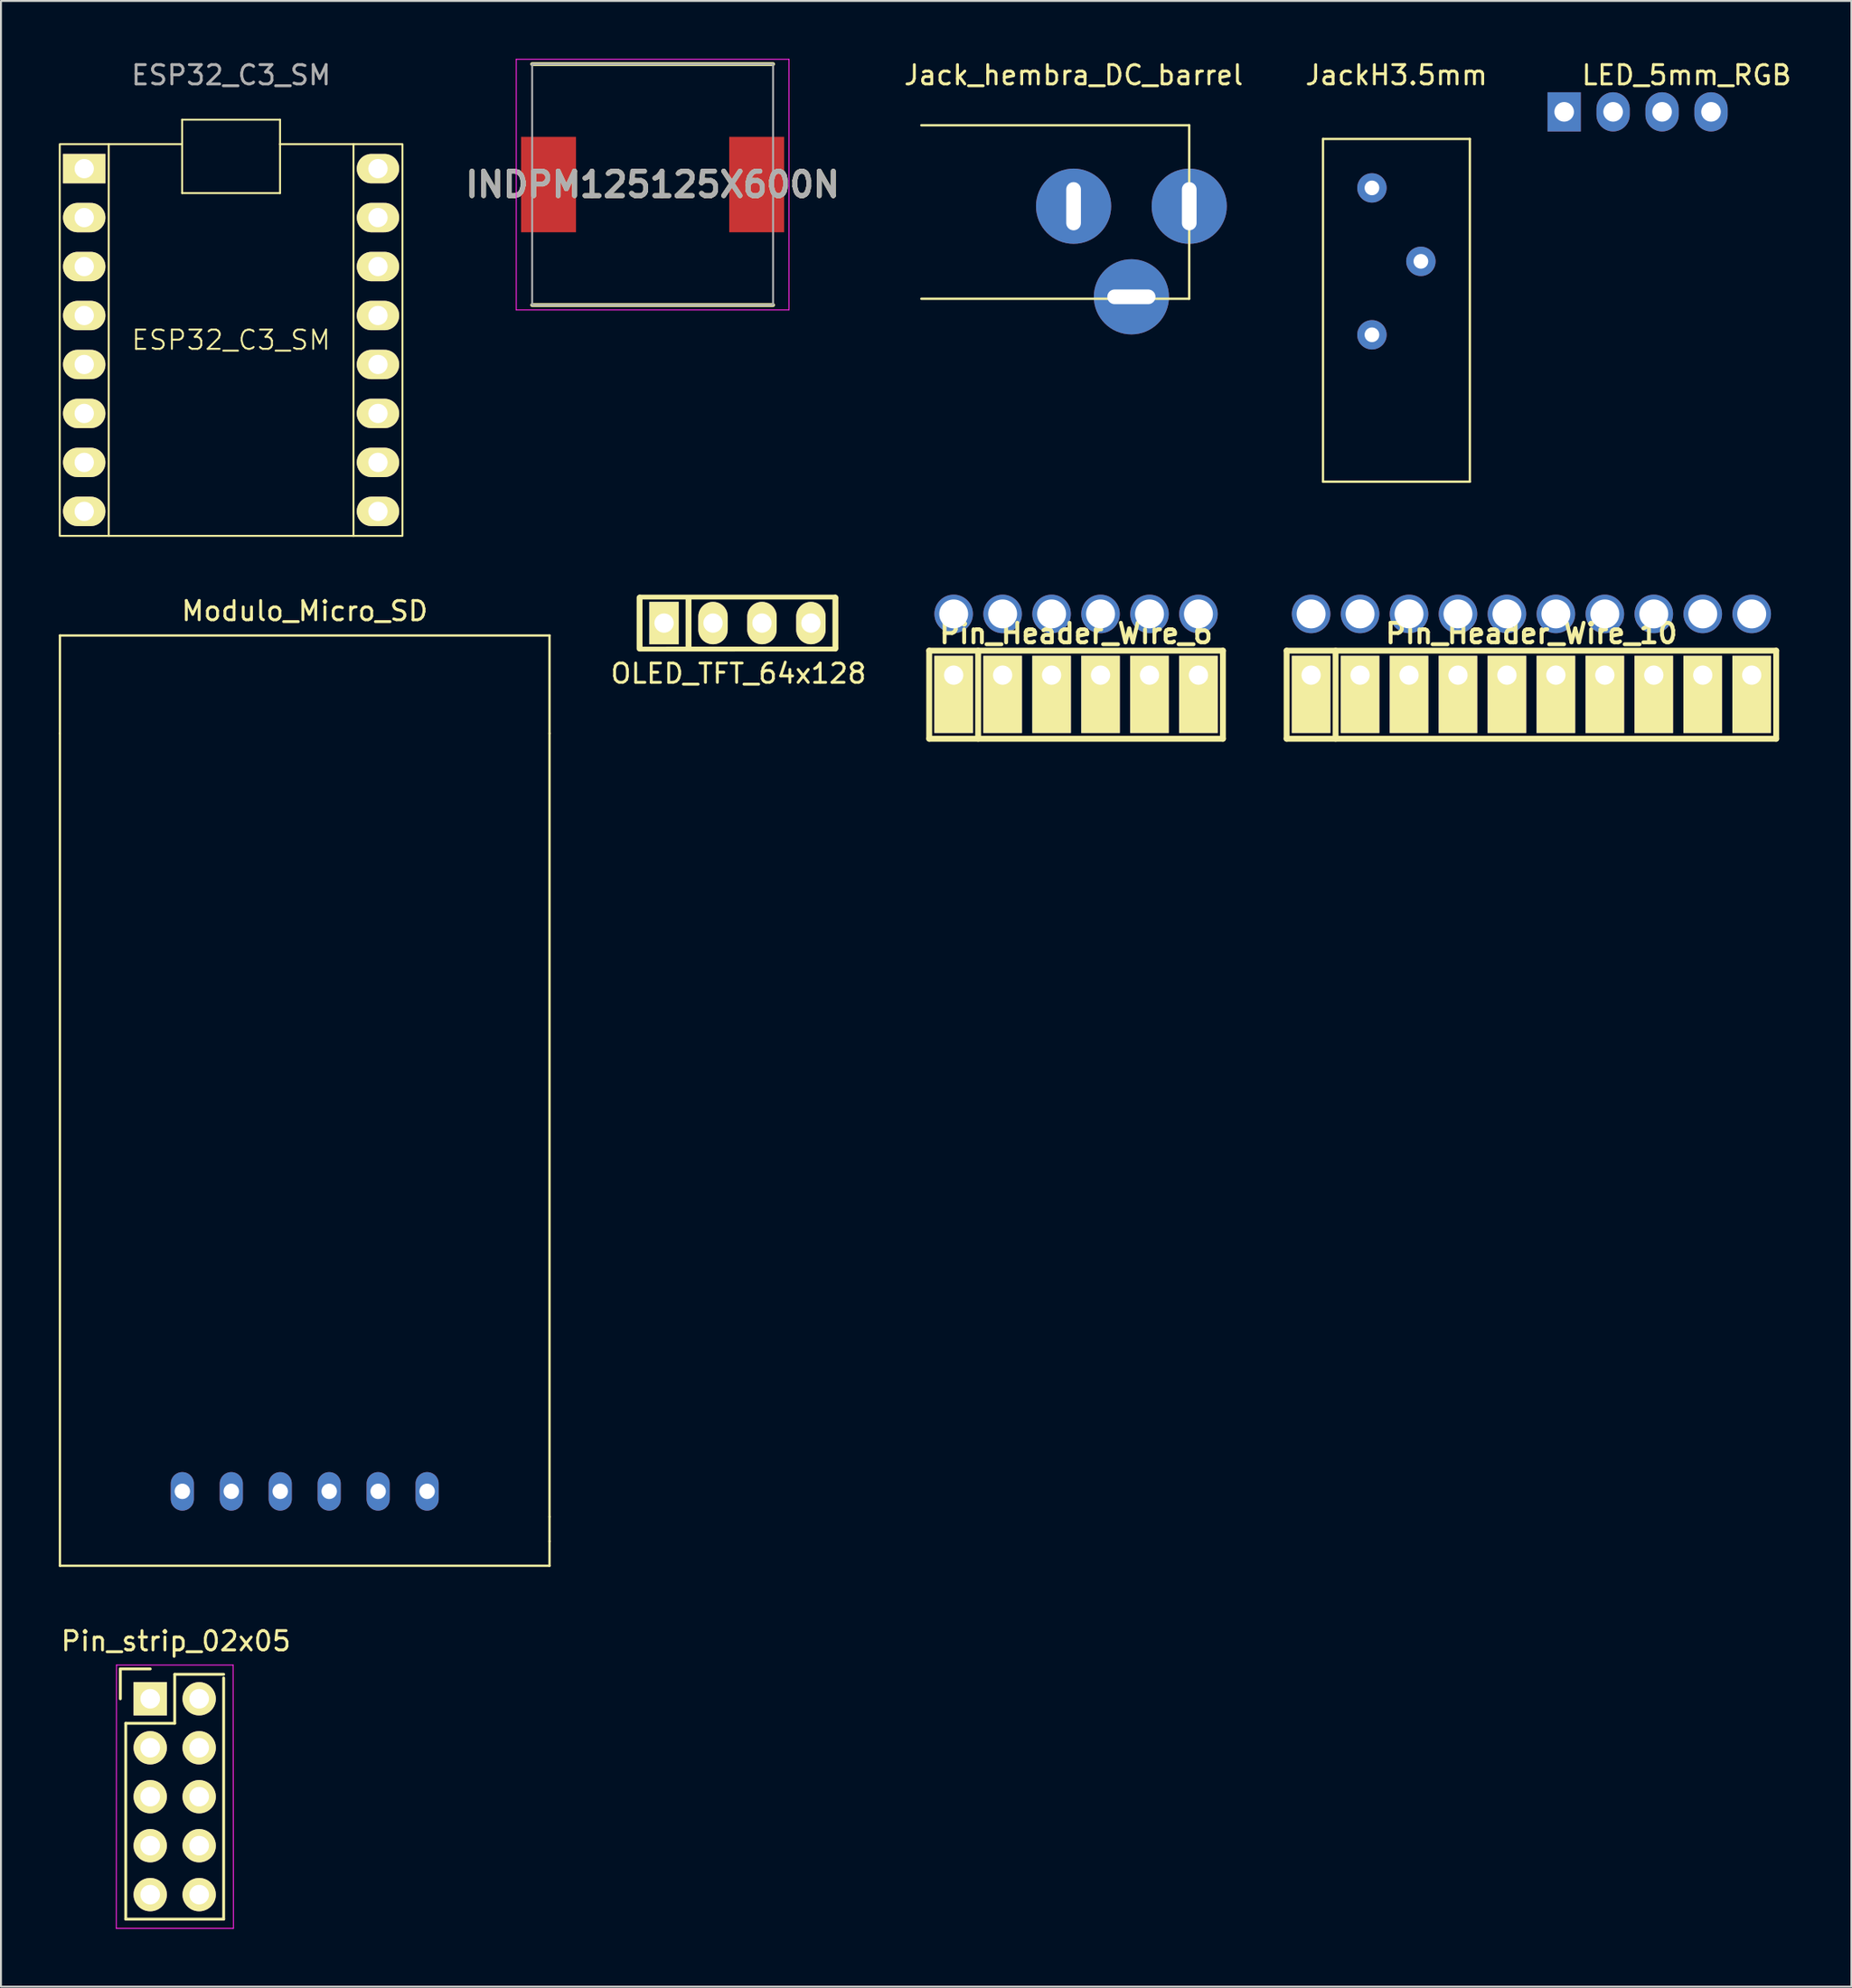
<source format=kicad_pcb>
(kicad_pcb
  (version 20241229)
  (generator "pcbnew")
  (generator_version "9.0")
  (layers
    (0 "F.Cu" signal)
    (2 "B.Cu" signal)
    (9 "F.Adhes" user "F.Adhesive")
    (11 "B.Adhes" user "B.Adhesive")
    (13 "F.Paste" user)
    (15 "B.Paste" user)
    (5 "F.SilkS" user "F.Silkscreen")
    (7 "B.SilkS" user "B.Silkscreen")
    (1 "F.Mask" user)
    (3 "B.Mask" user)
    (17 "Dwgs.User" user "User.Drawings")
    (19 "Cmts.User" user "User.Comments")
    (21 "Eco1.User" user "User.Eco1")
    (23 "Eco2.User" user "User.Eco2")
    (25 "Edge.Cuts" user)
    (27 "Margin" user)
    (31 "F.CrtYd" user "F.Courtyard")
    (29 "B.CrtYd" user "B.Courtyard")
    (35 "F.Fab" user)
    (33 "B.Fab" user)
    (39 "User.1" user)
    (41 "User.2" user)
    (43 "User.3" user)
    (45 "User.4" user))
  (footprint "Pin_strip_02x05"
    (layer "F.Cu")
    (at 6.014 90.221)
    (property "Reference" "Pin_strip_02x05" (at 0.064 -8.136 0) (layer "F.SilkS") (effects (font (size 1 1) (thickness 0.15))))
    (attr through_hole)
    (fp_line (start -2.82 -6.694) (end -2.82 -5.144) (stroke (width 0.15) (type solid)) (layer "F.SilkS"))
    (fp_line (start -2.54 -3.873) (end -2.54 6.287) (stroke (width 0.15) (type solid)) (layer "F.SilkS"))
    (fp_line (start -2.54 6.287) (end 2.54 6.287) (stroke (width 0.15) (type solid)) (layer "F.SilkS"))
    (fp_line (start -1.27 -6.694) (end -2.82 -6.694) (stroke (width 0.15) (type solid)) (layer "F.SilkS"))
    (fp_line (start 0 -6.413) (end 0 -3.873) (stroke (width 0.15) (type solid)) (layer "F.SilkS"))
    (fp_line (start 0 -3.873) (end -2.54 -3.873) (stroke (width 0.15) (type solid)) (layer "F.SilkS"))
    (fp_line (start 2.54 -6.413) (end 0 -6.413) (stroke (width 0.15) (type solid)) (layer "F.SilkS"))
    (fp_line (start 2.54 6.287) (end 2.54 -6.223) (stroke (width 0.15) (type solid)) (layer "F.SilkS"))
    (fp_line (start -3.02 -6.894) (end -3.03 6.766) (stroke (width 0.05) (type solid)) (layer "F.CrtYd"))
    (fp_line (start -3.02 -6.894) (end 3.03 -6.894) (stroke (width 0.05) (type solid)) (layer "F.CrtYd"))
    (fp_line (start 3.03 -6.894) (end 3.048 6.766) (stroke (width 0.05) (type solid)) (layer "F.CrtYd"))
    (fp_line (start 3.048 6.766) (end -3.03 6.766) (stroke (width 0.05) (type solid)) (layer "F.CrtYd"))
    (pad "1" thru_hole rect (at -1.27 -5.144) (size 1.727 1.727) (drill 1.016) (layers "*.Cu" "*.Mask" "F.SilkS"))
    (pad "2" thru_hole oval (at 1.27 -5.144) (size 1.727 1.727) (drill 1.016) (layers "*.Cu" "*.Mask" "F.SilkS"))
    (pad "3" thru_hole oval (at -1.27 -2.603) (size 1.727 1.727) (drill 1.016) (layers "*.Cu" "*.Mask" "F.SilkS"))
    (pad "4" thru_hole oval (at 1.27 -2.603) (size 1.727 1.727) (drill 1.016) (layers "*.Cu" "*.Mask" "F.SilkS"))
    (pad "5" thru_hole oval (at -1.27 -0.064) (size 1.727 1.727) (drill 1.016) (layers "*.Cu" "*.Mask" "F.SilkS"))
    (pad "6" thru_hole oval (at 1.27 -0.064) (size 1.727 1.727) (drill 1.016) (layers "*.Cu" "*.Mask" "F.SilkS"))
    (pad "7" thru_hole oval (at -1.27 2.477) (size 1.727 1.727) (drill 1.016) (layers "*.Cu" "*.Mask" "F.SilkS"))
    (pad "8" thru_hole oval (at 1.27 2.477) (size 1.727 1.727) (drill 1.016) (layers "*.Cu" "*.Mask" "F.SilkS"))
    (pad "9" thru_hole oval (at -1.27 5.016) (size 1.727 1.727) (drill 1.016) (layers "*.Cu" "*.Mask" "F.SilkS"))
    (pad "10" thru_hole oval (at 1.27 5.016) (size 1.727 1.727) (drill 1.016) (layers "*.Cu" "*.Mask" "F.SilkS")))
  (footprint "Pin_Header_Wire_6"
    (layer "F.Cu")
    (at 52.78 31.973)
    (property "Reference" "Pin_Header_Wire_6" (at 0 -2.159 0) (layer "F.SilkS") (effects (font (size 1.016 1.016) (thickness 0.203))))
    (attr through_hole)
    (fp_line (start -7.62 -1.27) (end 7.62 -1.27) (stroke (width 0.305) (type solid)) (layer "F.SilkS"))
    (fp_line (start -7.62 3.3) (end -7.62 -1.27) (stroke (width 0.305) (type solid)) (layer "F.SilkS"))
    (fp_line (start -5.08 -1.27) (end -5.08 3.3) (stroke (width 0.305) (type solid)) (layer "F.SilkS"))
    (fp_line (start 7.62 -1.27) (end 7.62 3.3) (stroke (width 0.305) (type solid)) (layer "F.SilkS"))
    (fp_line (start 7.62 3.3) (end -7.62 3.3) (stroke (width 0.305) (type solid)) (layer "F.SilkS"))
    (pad "" thru_hole circle (at -6.35 -3.175) (size 2 2) (drill 1.5) (layers "*.Cu" "*.Mask"))
    (pad "" thru_hole circle (at -3.81 -3.175) (size 2 2) (drill 1.5) (layers "*.Cu" "*.Mask"))
    (pad "" thru_hole circle (at -1.27 -3.175) (size 2 2) (drill 1.5) (layers "*.Cu" "*.Mask"))
    (pad "" thru_hole circle (at 1.27 -3.175) (size 2 2) (drill 1.5) (layers "*.Cu" "*.Mask"))
    (pad "" thru_hole circle (at 3.81 -3.175) (size 2 2) (drill 1.5) (layers "*.Cu" "*.Mask"))
    (pad "" thru_hole circle (at 6.35 -3.175) (size 2 2) (drill 1.5) (layers "*.Cu" "*.Mask"))
    (pad "1" thru_hole rect (at -6.35 0) (size 2 4) (drill 1 (offset 0 1)) (layers "*.Cu" "F.SilkS"))
    (pad "2" thru_hole rect (at -3.81 0) (size 2 4) (drill 1 (offset 0 1)) (layers "*.Cu" "F.SilkS"))
    (pad "3" thru_hole rect (at -1.27 0) (size 2 4) (drill 1 (offset 0 1)) (layers "*.Cu" "F.SilkS"))
    (pad "4" thru_hole rect (at 1.27 0) (size 2 4) (drill 1 (offset 0 1)) (layers "*.Cu" "F.SilkS"))
    (pad "5" thru_hole rect (at 3.81 0) (size 2 4) (drill 1 (offset 0 1)) (layers "*.Cu" "F.SilkS"))
    (pad "6" thru_hole rect (at 6.35 0) (size 2 4) (drill 1 (offset 0 1)) (layers "*.Cu" "F.SilkS")))
  (footprint "Pin_Header_Wire_10"
    (layer "F.Cu")
    (at 76.405 31.973)
    (property "Reference" "Pin_Header_Wire_10" (at 0 -2.159 0) (layer "F.SilkS") (effects (font (size 1.016 1.016) (thickness 0.203))))
    (attr through_hole)
    (fp_line (start -12.7 -1.27) (end -12.7 3.3) (stroke (width 0.305) (type solid)) (layer "F.SilkS"))
    (fp_line (start -12.7 -1.27) (end 12.7 -1.27) (stroke (width 0.305) (type solid)) (layer "F.SilkS"))
    (fp_line (start -10.16 -1.27) (end -10.16 3.3) (stroke (width 0.305) (type solid)) (layer "F.SilkS"))
    (fp_line (start 12.7 -1.27) (end 12.7 3.3) (stroke (width 0.305) (type solid)) (layer "F.SilkS"))
    (fp_line (start 12.7 3.3) (end -12.7 3.3) (stroke (width 0.305) (type solid)) (layer "F.SilkS"))
    (pad "" thru_hole circle (at -11.43 -3.175) (size 2 2) (drill 1.5) (layers "*.Cu" "*.Mask"))
    (pad "" thru_hole circle (at -8.89 -3.175) (size 2 2) (drill 1.5) (layers "*.Cu" "*.Mask"))
    (pad "" thru_hole circle (at -6.35 -3.175) (size 2 2) (drill 1.5) (layers "*.Cu" "*.Mask"))
    (pad "" thru_hole circle (at -3.81 -3.175) (size 2 2) (drill 1.5) (layers "*.Cu" "*.Mask"))
    (pad "" thru_hole circle (at -1.27 -3.175) (size 2 2) (drill 1.5) (layers "*.Cu" "*.Mask"))
    (pad "" thru_hole circle (at 1.27 -3.175) (size 2 2) (drill 1.5) (layers "*.Cu" "*.Mask"))
    (pad "" thru_hole circle (at 3.81 -3.175) (size 2 2) (drill 1.5) (layers "*.Cu" "*.Mask"))
    (pad "" thru_hole circle (at 6.35 -3.175) (size 2 2) (drill 1.5) (layers "*.Cu" "*.Mask"))
    (pad "" thru_hole circle (at 8.89 -3.175) (size 2 2) (drill 1.5) (layers "*.Cu" "*.Mask"))
    (pad "" thru_hole circle (at 11.43 -3.175) (size 2 2) (drill 1.5) (layers "*.Cu" "*.Mask"))
    (pad "1" thru_hole rect (at -11.43 0) (size 2 4) (drill 1 (offset 0 1)) (layers "*.Cu" "F.SilkS"))
    (pad "2" thru_hole rect (at -8.89 0) (size 2 4) (drill 1 (offset 0 1)) (layers "*.Cu" "F.SilkS"))
    (pad "3" thru_hole rect (at -6.35 0) (size 2 4) (drill 1 (offset 0 1)) (layers "*.Cu" "F.SilkS"))
    (pad "4" thru_hole rect (at -3.81 0) (size 2 4) (drill 1 (offset 0 1)) (layers "*.Cu" "F.SilkS"))
    (pad "5" thru_hole rect (at -1.27 0) (size 2 4) (drill 1 (offset 0 1)) (layers "*.Cu" "F.SilkS"))
    (pad "6" thru_hole rect (at 1.27 0) (size 2 4) (drill 1 (offset 0 1)) (layers "*.Cu" "F.SilkS"))
    (pad "7" thru_hole rect (at 3.81 0) (size 2 4) (drill 1 (offset 0 1)) (layers "*.Cu" "F.SilkS"))
    (pad "8" thru_hole rect (at 6.35 0) (size 2 4) (drill 1 (offset 0 1)) (layers "*.Cu" "F.SilkS"))
    (pad "9" thru_hole rect (at 8.89 0) (size 2 4) (drill 1 (offset 0 1)) (layers "*.Cu" "F.SilkS"))
    (pad "10" thru_hole rect (at 11.43 0) (size 2 4) (drill 1 (offset 0 1)) (layers "*.Cu" "F.SilkS")))
  (footprint "Modulo_Micro_SD"
    (layer "F.Cu")
    (at 12.76 70.556)
    (property "Reference" "Modulo_Micro_SD" (at 0 -41.91 180) (layer "F.SilkS") (effects (font (size 1 1) (thickness 0.15))))
    (attr through_hole)
    (fp_line (start -12.7 -40.64) (end 12.7 -40.64) (stroke (width 0.12) (type solid)) (layer "F.SilkS"))
    (fp_line (start -12.7 -35.56) (end -12.7 -40.64) (stroke (width 0.12) (type solid)) (layer "F.SilkS"))
    (fp_line (start -12.7 -35.56) (end -12.7 7.62) (stroke (width 0.12) (type solid)) (layer "F.SilkS"))
    (fp_line (start -12.7 7.62) (end 12.7 7.62) (stroke (width 0.12) (type solid)) (layer "F.SilkS"))
    (fp_line (start 12.7 -40.64) (end 12.7 -35.56) (stroke (width 0.12) (type solid)) (layer "F.SilkS"))
    (fp_line (start 12.7 -35.56) (end 12.7 5.08) (stroke (width 0.12) (type solid)) (layer "F.SilkS"))
    (fp_line (start 12.7 5.08) (end 12.7 6.35) (stroke (width 0.12) (type solid)) (layer "F.SilkS"))
    (fp_line (start 12.7 7.62) (end 12.7 6.35) (stroke (width 0.12) (type solid)) (layer "F.SilkS"))
    (pad "1" thru_hole oval (at -6.35 3.76) (size 1.2 2) (drill 0.8) (layers "*.Cu" "*.Mask"))
    (pad "2" thru_hole oval (at -3.81 3.76) (size 1.2 2) (drill 0.8) (layers "*.Cu" "*.Mask"))
    (pad "3" thru_hole oval (at -1.27 3.76) (size 1.2 2) (drill 0.8) (layers "*.Cu" "*.Mask"))
    (pad "4" thru_hole oval (at 1.27 3.76) (size 1.2 2) (drill 0.8) (layers "*.Cu" "*.Mask"))
    (pad "5" thru_hole oval (at 3.81 3.76) (size 1.2 2) (drill 0.8) (layers "*.Cu" "*.Mask"))
    (pad "6" thru_hole oval (at 6.35 3.76) (size 1.2 2) (drill 0.8) (layers "*.Cu" "*.Mask")))
  (footprint "LED_5mm_RGB"
    (layer "F.Cu")
    (at 81.914 2.753)
    (property "Reference" "LED_5mm_RGB" (at 2.54 -1.905 0) (layer "F.SilkS") (effects (font (size 1 1) (thickness 0.15))))
    (attr through_hole)
    (pad "1" thru_hole rect (at -3.81 0 90) (size 2.032 1.727) (drill 1.016) (layers "*.Cu"))
    (pad "2" thru_hole oval (at -1.27 0 90) (size 2.032 1.727) (drill 1.016) (layers "*.Cu"))
    (pad "3" thru_hole oval (at 1.27 0 90) (size 2.032 1.727) (drill 1.016) (layers "*.Cu"))
    (pad "4" thru_hole oval (at 3.81 0 90) (size 2.032 1.727) (drill 1.016) (layers "*.Cu")))
  (footprint "JackH3.5mm"
    (layer "F.Cu")
    (at 69.401 11.778)
    (property "Reference" "JackH3.5mm" (at 0 -10.93 0) (layer "F.SilkS") (effects (font (size 1 1) (thickness 0.15))))
    (attr through_hole)
    (fp_line (start -3.81 -7.62) (end 3.81 -7.62) (stroke (width 0.12) (type solid)) (layer "F.SilkS"))
    (fp_line (start -3.81 10.16) (end -3.81 -7.62) (stroke (width 0.12) (type solid)) (layer "F.SilkS"))
    (fp_line (start 3.81 -7.62) (end 3.81 10.16) (stroke (width 0.12) (type solid)) (layer "F.SilkS"))
    (fp_line (start 3.81 10.16) (end -3.81 10.16) (stroke (width 0.12) (type solid)) (layer "F.SilkS"))
    (pad "2" thru_hole circle (at -1.27 -5.08) (size 1.524 1.524) (drill 0.762) (layers "*.Cu" "*.Mask"))
    (pad "3" thru_hole circle (at 1.27 -1.27) (size 1.524 1.524) (drill 0.762) (layers "*.Cu" "*.Mask"))
    (pad "4" thru_hole circle (at -1.27 2.54) (size 1.524 1.524) (drill 0.762) (layers "*.Cu" "*.Mask")))
  (footprint "INDPM125125X600N"
    (layer "F.Cu")
    (at 30.81 6.525)
    (property "Reference" "INDPM125125X600N" (at 0 0 0) (layer "F.SilkS") (effects (font (size 1.27 1.27) (thickness 0.254))))
    (attr smd)
    (fp_line (start -6.25 6.25) (end 6.25 6.25) (stroke (width 0.2) (type solid)) (layer "F.SilkS"))
    (fp_line (start 6.25 -6.25) (end -6.25 -6.25) (stroke (width 0.2) (type solid)) (layer "F.SilkS"))
    (fp_line (start -7.075 -6.5) (end 7.075 -6.5) (stroke (width 0.05) (type solid)) (layer "F.CrtYd"))
    (fp_line (start -7.075 6.5) (end -7.075 -6.5) (stroke (width 0.05) (type solid)) (layer "F.CrtYd"))
    (fp_line (start 7.075 -6.5) (end 7.075 6.5) (stroke (width 0.05) (type solid)) (layer "F.CrtYd"))
    (fp_line (start 7.075 6.5) (end -7.075 6.5) (stroke (width 0.05) (type solid)) (layer "F.CrtYd"))
    (fp_line (start -6.25 -6.25) (end 6.25 -6.25) (stroke (width 0.1) (type solid)) (layer "F.Fab"))
    (fp_line (start -6.25 6.25) (end -6.25 -6.25) (stroke (width 0.1) (type solid)) (layer "F.Fab"))
    (fp_line (start 6.25 -6.25) (end 6.25 6.25) (stroke (width 0.1) (type solid)) (layer "F.Fab"))
    (fp_line (start 6.25 6.25) (end -6.25 6.25) (stroke (width 0.1) (type solid)) (layer "F.Fab"))
    (fp_text user "${REFERENCE}" (at 0 0 0) (layer "F.Fab") (effects (font (size 1.27 1.27) (thickness 0.254))))
    (pad "1" smd rect (at -5.4 0) (size 2.85 4.95) (layers "F.Cu" "F.Mask" "F.Paste"))
    (pad "2" smd rect (at 5.4 0) (size 2.85 4.95) (layers "F.Cu" "F.Mask" "F.Paste")))
  (footprint "Jack_hembra_DC_barrel"
    (layer "F.Cu")
    (at 52.651 7.648)
    (property "Reference" "Jack_hembra_DC_barrel" (at 0 -6.8 0) (layer "F.SilkS") (effects (font (size 1 1) (thickness 0.15))))
    (attr through_hole)
    (fp_line (start -7.9 4.8) (end 6 4.8) (stroke (width 0.12) (type solid)) (layer "F.SilkS"))
    (fp_line (start 6 -4.2) (end -7.9 -4.2) (stroke (width 0.12) (type solid)) (layer "F.SilkS"))
    (fp_line (start 6 4.8) (end 6 -4.2) (stroke (width 0.12) (type solid)) (layer "F.SilkS"))
    (pad "1" thru_hole oval (at 6 0 90) (size 3.9 3.9) (drill oval 2.5 0.762) (layers "*.Cu" "*.Mask"))
    (pad "2" thru_hole oval (at 0 0 90) (size 3.9 3.9) (drill oval 2.5 0.762) (layers "*.Cu" "*.Mask"))
    (pad "3" thru_hole oval (at 3 4.7 180) (size 3.9 3.9) (drill oval 2.5 0.762) (layers "*.Cu" "*.Mask")))
  (footprint "OLED_TFT_64x128"
    (layer "F.Cu")
    (at 35.213 29.275)
    (property "Reference" "OLED_TFT_64x128" (at 0.051 2.616 0) (layer "F.SilkS") (effects (font (size 1 1) (thickness 0.15))))
    (attr through_hole)
    (fp_line (start -5.08 -1.402) (end 5.08 -1.402) (stroke (width 0.15) (type solid)) (layer "F.SilkS"))
    (fp_line (start -5.08 1.321) (end -5.08 -1.321) (stroke (width 0.305) (type solid)) (layer "F.SilkS"))
    (fp_line (start -2.54 -1.272) (end -2.54 1.268) (stroke (width 0.305) (type solid)) (layer "F.SilkS"))
    (fp_line (start 5.08 -1.321) (end 5.08 1.321) (stroke (width 0.305) (type solid)) (layer "F.SilkS"))
    (fp_line (start 5.08 1.397) (end -5.06 1.398) (stroke (width 0.15) (type solid)) (layer "F.SilkS"))
    (fp_line (start 5.156 -1.302) (end -4.96 -1.302) (stroke (width 0.15) (type solid)) (layer "F.SilkS"))
    (fp_line (start 5.156 1.295) (end -5.06 1.298) (stroke (width 0.15) (type solid)) (layer "F.SilkS"))
    (pad "1" thru_hole rect (at -3.81 -0.002) (size 1.524 2.2) (drill 1.001) (layers "*.Cu" "*.Mask" "F.SilkS"))
    (pad "2" thru_hole oval (at -1.27 -0.002) (size 1.524 2.2) (drill 1.001) (layers "*.Cu" "*.Mask" "F.SilkS"))
    (pad "3" thru_hole oval (at 1.27 -0.002) (size 1.524 2.2) (drill 1.001) (layers "*.Cu" "*.Mask" "F.SilkS"))
    (pad "4" thru_hole oval (at 3.81 -0.002) (size 1.524 2.2) (drill 1.001) (layers "*.Cu" "*.Mask" "F.SilkS")))
  (footprint "ESP32_C3_SM"
    (layer "F.Cu")
    (at 8.94 14.588)
    (property "Reference" "ESP32_C3_SM" (at 0 0 0) (unlocked yes) (layer "F.SilkS") (effects (font (size 1 1) (thickness 0.1))))
    (attr through_hole)
    (fp_line (start -6.35 -10.16) (end -2.54 -10.16) (stroke (width 0.1) (type default)) (layer "F.SilkS"))
    (fp_line (start -6.35 10.16) (end 6.35 10.16) (stroke (width 0.1) (type default)) (layer "F.SilkS"))
    (fp_line (start -2.54 -10.16) (end -2.54 -11.43) (stroke (width 0.1) (type default)) (layer "F.SilkS"))
    (fp_line (start -2.54 -10.16) (end -2.54 -7.62) (stroke (width 0.1) (type default)) (layer "F.SilkS"))
    (fp_line (start -2.54 -7.62) (end 2.54 -7.62) (stroke (width 0.1) (type default)) (layer "F.SilkS"))
    (fp_line (start 2.54 -11.43) (end -2.54 -11.43) (stroke (width 0.1) (type default)) (layer "F.SilkS"))
    (fp_line (start 2.54 -10.16) (end 2.54 -11.43) (stroke (width 0.1) (type default)) (layer "F.SilkS"))
    (fp_line (start 2.54 -10.16) (end 6.35 -10.16) (stroke (width 0.1) (type default)) (layer "F.SilkS"))
    (fp_line (start 2.54 -7.62) (end 2.54 -10.16) (stroke (width 0.1) (type default)) (layer "F.SilkS"))
    (fp_rect (start -8.89 -10.16) (end -6.35 10.16) (stroke (width 0.1) (type default)) (fill no) (layer "F.SilkS"))
    (fp_rect (start 6.35 -10.16) (end 8.89 10.16) (stroke (width 0.1) (type default)) (fill no) (layer "F.SilkS"))
    (fp_text user "${REFERENCE}" (at 0 -13.74 0) (unlocked yes) (layer "F.Fab") (effects (font (size 1 1) (thickness 0.15))))
    (pad "1" thru_hole rect (at -7.62 -8.89 270) (size 1.524 2.2) (drill 1.001) (layers "*.Cu" "*.Mask" "F.SilkS"))
    (pad "2" thru_hole oval (at -7.62 -6.35 270) (size 1.524 2.2) (drill 1.001) (layers "*.Cu" "*.Mask" "F.SilkS"))
    (pad "3" thru_hole oval (at -7.62 -3.81 270) (size 1.524 2.2) (drill 1.001) (layers "*.Cu" "*.Mask" "F.SilkS"))
    (pad "4" thru_hole oval (at -7.62 -1.27 270) (size 1.524 2.2) (drill 1.001) (layers "*.Cu" "*.Mask" "F.SilkS"))
    (pad "5" thru_hole oval (at -7.62 1.27 270) (size 1.524 2.2) (drill 1.001) (layers "*.Cu" "*.Mask" "F.SilkS"))
    (pad "6" thru_hole oval (at -7.62 3.81 270) (size 1.524 2.2) (drill 1.001) (layers "*.Cu" "*.Mask" "F.SilkS"))
    (pad "7" thru_hole oval (at -7.62 6.35 270) (size 1.524 2.2) (drill 1.001) (layers "*.Cu" "*.Mask" "F.SilkS"))
    (pad "8" thru_hole oval (at -7.62 8.89 270) (size 1.524 2.2) (drill 1.001) (layers "*.Cu" "*.Mask" "F.SilkS"))
    (pad "9" thru_hole oval (at 7.62 8.89 270) (size 1.524 2.2) (drill 1.001) (layers "*.Cu" "*.Mask" "F.SilkS"))
    (pad "10" thru_hole oval (at 7.62 6.35 270) (size 1.524 2.2) (drill 1.001) (layers "*.Cu" "*.Mask" "F.SilkS"))
    (pad "11" thru_hole oval (at 7.62 3.81 270) (size 1.524 2.2) (drill 1.001) (layers "*.Cu" "*.Mask" "F.SilkS"))
    (pad "12" thru_hole oval (at 7.62 1.27 270) (size 1.524 2.2) (drill 1.001) (layers "*.Cu" "*.Mask" "F.SilkS"))
    (pad "13" thru_hole oval (at 7.62 -1.27 270) (size 1.524 2.2) (drill 1.001) (layers "*.Cu" "*.Mask" "F.SilkS"))
    (pad "14" thru_hole oval (at 7.62 -3.81 270) (size 1.524 2.2) (drill 1.001) (layers "*.Cu" "*.Mask" "F.SilkS"))
    (pad "15" thru_hole oval (at 7.62 -6.35 270) (size 1.524 2.2) (drill 1.001) (layers "*.Cu" "*.Mask" "F.SilkS"))
    (pad "16" thru_hole oval (at 7.62 -8.89 270) (size 1.524 2.2) (drill 1.001) (layers "*.Cu" "*.Mask" "F.SilkS")))
  (gr_rect
    (start -3 -3)
    (end 93.008 100.012)
    (stroke (width 0.1) (type default))
    (fill no)
    (layer "Edge.Cuts")))
</source>
